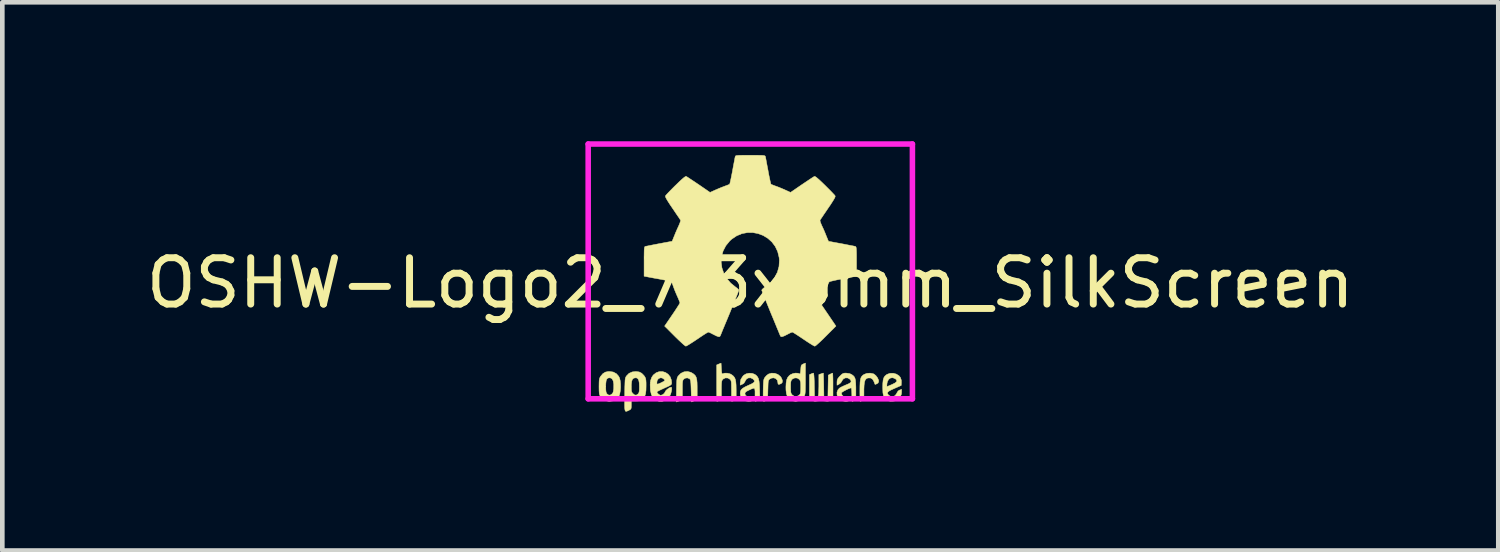
<source format=kicad_pcb>
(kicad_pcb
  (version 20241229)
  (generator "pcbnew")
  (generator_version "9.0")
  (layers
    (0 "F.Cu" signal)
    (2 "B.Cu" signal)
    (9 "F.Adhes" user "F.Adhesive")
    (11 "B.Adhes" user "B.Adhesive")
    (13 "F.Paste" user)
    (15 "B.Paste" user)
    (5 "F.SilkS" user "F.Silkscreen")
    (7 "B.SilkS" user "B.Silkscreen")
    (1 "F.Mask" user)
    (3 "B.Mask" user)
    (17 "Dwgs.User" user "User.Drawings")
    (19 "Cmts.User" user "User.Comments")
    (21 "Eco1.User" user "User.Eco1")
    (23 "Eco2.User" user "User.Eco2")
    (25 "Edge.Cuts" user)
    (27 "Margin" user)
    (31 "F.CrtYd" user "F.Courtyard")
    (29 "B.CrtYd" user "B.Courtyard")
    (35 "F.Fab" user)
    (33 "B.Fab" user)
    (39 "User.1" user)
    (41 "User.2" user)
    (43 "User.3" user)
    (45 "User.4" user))
  (footprint "OSHW-Logo2_7.3x6mm_SilkScreen"
    (layer "F.Cu")
    (at 13.149 3.06)
    (property "Reference" "OSHW-Logo2_7.3x6mm_SilkScreen" (at 0 0 0) (layer "F.SilkS") (effects (font (size 1 1) (thickness 0.15))))
    (attr exclude_from_pos_files exclude_from_bom)
    (fp_poly (pts (xy 2.653 1.959) (xy 2.67 1.966) (xy 2.711 1.999) (xy 2.747 2.047) (xy 2.769 2.097) (xy 2.772 2.122) (xy 2.76 2.157) (xy 2.734 2.175) (xy 2.706 2.187) (xy 2.693 2.189) (xy 2.687 2.174) (xy 2.674 2.141) (xy 2.669 2.127) (xy 2.639 2.076) (xy 2.595 2.05) (xy 2.538 2.051) (xy 2.534 2.052) (xy 2.504 2.067) (xy 2.481 2.094) (xy 2.466 2.139) (xy 2.457 2.205) (xy 2.453 2.294) (xy 2.453 2.341) (xy 2.453 2.416) (xy 2.452 2.467) (xy 2.448 2.499) (xy 2.442 2.518) (xy 2.432 2.529) (xy 2.417 2.537) (xy 2.416 2.538) (xy 2.387 2.55) (xy 2.372 2.555) (xy 2.37 2.541) (xy 2.368 2.503) (xy 2.367 2.446) (xy 2.366 2.374) (xy 2.366 2.322) (xy 2.367 2.22) (xy 2.37 2.143) (xy 2.377 2.086) (xy 2.389 2.045) (xy 2.407 2.014) (xy 2.432 1.99) (xy 2.457 1.973) (xy 2.517 1.951) (xy 2.587 1.946) (xy 2.653 1.959)) (stroke (width 0.01) (type solid)) (fill yes) (layer "F.SilkS"))
    (fp_poly (pts (xy -1.284 1.928) (xy -1.237 1.955) (xy -1.205 1.981) (xy -1.181 2.009) (xy -1.165 2.044) (xy -1.155 2.089) (xy -1.149 2.151) (xy -1.147 2.234) (xy -1.147 2.293) (xy -1.147 2.512) (xy -1.208 2.54) (xy -1.27 2.568) (xy -1.277 2.328) (xy -1.28 2.238) (xy -1.283 2.173) (xy -1.287 2.128) (xy -1.293 2.099) (xy -1.3 2.081) (xy -1.31 2.07) (xy -1.313 2.067) (xy -1.36 2.048) (xy -1.408 2.056) (xy -1.437 2.076) (xy -1.449 2.09) (xy -1.457 2.108) (xy -1.462 2.136) (xy -1.465 2.179) (xy -1.466 2.242) (xy -1.466 2.307) (xy -1.466 2.389) (xy -1.467 2.447) (xy -1.472 2.486) (xy -1.482 2.512) (xy -1.499 2.528) (xy -1.525 2.541) (xy -1.56 2.554) (xy -1.598 2.569) (xy -1.594 2.311) (xy -1.592 2.219) (xy -1.59 2.15) (xy -1.587 2.101) (xy -1.582 2.066) (xy -1.575 2.042) (xy -1.566 2.022) (xy -1.554 2.005) (xy -1.499 1.95) (xy -1.431 1.918) (xy -1.357 1.91) (xy -1.284 1.928)) (stroke (width 0.01) (type solid)) (fill yes) (layer "F.SilkS"))
    (fp_poly (pts (xy 0.53 1.95) (xy 0.596 1.974) (xy 0.649 2.017) (xy 0.67 2.047) (xy 0.693 2.103) (xy 0.692 2.143) (xy 0.669 2.17) (xy 0.66 2.175) (xy 0.622 2.189) (xy 0.602 2.185) (xy 0.595 2.161) (xy 0.595 2.148) (xy 0.583 2.099) (xy 0.551 2.065) (xy 0.508 2.048) (xy 0.459 2.053) (xy 0.419 2.074) (xy 0.405 2.087) (xy 0.396 2.101) (xy 0.389 2.124) (xy 0.385 2.159) (xy 0.383 2.212) (xy 0.381 2.288) (xy 0.38 2.312) (xy 0.378 2.394) (xy 0.376 2.451) (xy 0.372 2.49) (xy 0.367 2.513) (xy 0.359 2.526) (xy 0.347 2.535) (xy 0.339 2.538) (xy 0.307 2.55) (xy 0.288 2.555) (xy 0.282 2.541) (xy 0.278 2.5) (xy 0.277 2.431) (xy 0.278 2.334) (xy 0.278 2.319) (xy 0.28 2.23) (xy 0.283 2.165) (xy 0.286 2.119) (xy 0.292 2.087) (xy 0.3 2.064) (xy 0.311 2.044) (xy 0.317 2.035) (xy 0.35 1.998) (xy 0.388 1.969) (xy 0.392 1.966) (xy 0.459 1.946) (xy 0.53 1.95)) (stroke (width 0.01) (type solid)) (fill yes) (layer "F.SilkS"))
    (fp_poly (pts (xy -0.624 1.851) (xy -0.62 1.911) (xy -0.615 1.946) (xy -0.608 1.961) (xy -0.598 1.961) (xy -0.595 1.959) (xy -0.552 1.946) (xy -0.497 1.947) (xy -0.44 1.96) (xy -0.405 1.978) (xy -0.369 2.006) (xy -0.342 2.038) (xy -0.324 2.078) (xy -0.313 2.132) (xy -0.307 2.204) (xy -0.305 2.299) (xy -0.305 2.317) (xy -0.305 2.523) (xy -0.351 2.539) (xy -0.383 2.549) (xy -0.401 2.554) (xy -0.401 2.555) (xy -0.403 2.541) (xy -0.405 2.503) (xy -0.406 2.446) (xy -0.406 2.375) (xy -0.406 2.332) (xy -0.407 2.247) (xy -0.408 2.186) (xy -0.41 2.144) (xy -0.415 2.117) (xy -0.422 2.098) (xy -0.433 2.085) (xy -0.44 2.078) (xy -0.487 2.051) (xy -0.538 2.049) (xy -0.584 2.072) (xy -0.593 2.08) (xy -0.605 2.095) (xy -0.614 2.114) (xy -0.619 2.14) (xy -0.622 2.18) (xy -0.624 2.238) (xy -0.624 2.318) (xy -0.624 2.523) (xy -0.67 2.539) (xy -0.702 2.549) (xy -0.72 2.554) (xy -0.721 2.555) (xy -0.722 2.541) (xy -0.723 2.501) (xy -0.724 2.441) (xy -0.725 2.362) (xy -0.726 2.269) (xy -0.726 2.167) (xy -0.726 1.769) (xy -0.679 1.749) (xy -0.631 1.73) (xy -0.624 1.851)) (stroke (width 0.01) (type solid)) (fill yes) (layer "F.SilkS"))
    (fp_poly (pts (xy 1.78 1.959) (xy 1.782 1.997) (xy 1.784 2.055) (xy 1.785 2.128) (xy 1.785 2.205) (xy 1.785 2.465) (xy 1.739 2.511) (xy 1.708 2.539) (xy 1.68 2.551) (xy 1.642 2.55) (xy 1.627 2.548) (xy 1.58 2.543) (xy 1.541 2.54) (xy 1.531 2.54) (xy 1.499 2.541) (xy 1.453 2.546) (xy 1.436 2.548) (xy 1.392 2.552) (xy 1.363 2.544) (xy 1.334 2.521) (xy 1.323 2.511) (xy 1.277 2.465) (xy 1.277 1.979) (xy 1.314 1.962) (xy 1.346 1.949) (xy 1.365 1.945) (xy 1.369 1.959) (xy 1.374 1.997) (xy 1.378 2.056) (xy 1.381 2.132) (xy 1.382 2.195) (xy 1.386 2.446) (xy 1.421 2.451) (xy 1.452 2.447) (xy 1.468 2.436) (xy 1.472 2.415) (xy 1.476 2.371) (xy 1.478 2.309) (xy 1.48 2.235) (xy 1.48 2.197) (xy 1.48 1.977) (xy 1.526 1.961) (xy 1.559 1.95) (xy 1.576 1.945) (xy 1.577 1.945) (xy 1.578 1.959) (xy 1.58 1.997) (xy 1.582 2.054) (xy 1.584 2.127) (xy 1.585 2.195) (xy 1.589 2.446) (xy 1.676 2.446) (xy 1.68 2.217) (xy 1.684 1.989) (xy 1.727 1.967) (xy 1.758 1.952) (xy 1.777 1.945) (xy 1.777 1.945) (xy 1.78 1.959)) (stroke (width 0.01) (type solid)) (fill yes) (layer "F.SilkS"))
    (fp_poly (pts (xy -2.959 1.922) (xy -2.891 1.958) (xy -2.841 2.015) (xy -2.823 2.052) (xy -2.809 2.108) (xy -2.802 2.178) (xy -2.801 2.255) (xy -2.807 2.33) (xy -2.818 2.394) (xy -2.834 2.441) (xy -2.839 2.449) (xy -2.9 2.509) (xy -2.971 2.545) (xy -3.049 2.555) (xy -3.127 2.539) (xy -3.149 2.529) (xy -3.192 2.499) (xy -3.229 2.459) (xy -3.233 2.454) (xy -3.247 2.43) (xy -3.257 2.404) (xy -3.262 2.37) (xy -3.265 2.321) (xy -3.266 2.251) (xy -3.266 2.235) (xy -3.266 2.23) (xy -3.121 2.23) (xy -3.12 2.296) (xy -3.116 2.34) (xy -3.109 2.369) (xy -3.098 2.388) (xy -3.092 2.395) (xy -3.057 2.42) (xy -3.023 2.419) (xy -2.989 2.397) (xy -2.969 2.374) (xy -2.957 2.34) (xy -2.95 2.288) (xy -2.949 2.281) (xy -2.948 2.186) (xy -2.96 2.114) (xy -2.985 2.068) (xy -3.023 2.048) (xy -3.037 2.047) (xy -3.073 2.052) (xy -3.097 2.072) (xy -3.112 2.109) (xy -3.119 2.168) (xy -3.121 2.23) (xy -3.266 2.23) (xy -3.265 2.16) (xy -3.263 2.108) (xy -3.258 2.072) (xy -3.249 2.045) (xy -3.236 2.022) (xy -3.233 2.017) (xy -3.184 1.958) (xy -3.13 1.924) (xy -3.064 1.91) (xy -3.042 1.91) (xy -2.959 1.922)) (stroke (width 0.01) (type solid)) (fill yes) (layer "F.SilkS"))
    (fp_poly (pts (xy 3.154 1.967) (xy 3.211 2.004) (xy 3.239 2.038) (xy 3.261 2.099) (xy 3.262 2.147) (xy 3.258 2.212) (xy 3.11 2.277) (xy 3.037 2.31) (xy 2.99 2.337) (xy 2.966 2.36) (xy 2.961 2.383) (xy 2.975 2.407) (xy 2.99 2.424) (xy 3.034 2.45) (xy 3.081 2.452) (xy 3.125 2.432) (xy 3.157 2.391) (xy 3.163 2.376) (xy 3.191 2.331) (xy 3.222 2.312) (xy 3.266 2.296) (xy 3.266 2.358) (xy 3.262 2.4) (xy 3.247 2.436) (xy 3.215 2.477) (xy 3.211 2.482) (xy 3.176 2.519) (xy 3.145 2.538) (xy 3.108 2.547) (xy 3.076 2.55) (xy 3.02 2.551) (xy 2.981 2.542) (xy 2.956 2.528) (xy 2.917 2.497) (xy 2.89 2.465) (xy 2.873 2.423) (xy 2.863 2.368) (xy 2.86 2.291) (xy 2.859 2.253) (xy 2.86 2.206) (xy 2.948 2.206) (xy 2.949 2.231) (xy 2.952 2.235) (xy 2.968 2.23) (xy 3.004 2.215) (xy 3.052 2.194) (xy 3.062 2.19) (xy 3.123 2.159) (xy 3.157 2.132) (xy 3.164 2.106) (xy 3.146 2.08) (xy 3.132 2.069) (xy 3.079 2.046) (xy 3.03 2.05) (xy 2.989 2.078) (xy 2.961 2.127) (xy 2.952 2.166) (xy 2.948 2.206) (xy 2.86 2.206) (xy 2.861 2.162) (xy 2.868 2.095) (xy 2.882 2.047) (xy 2.904 2.011) (xy 2.937 1.983) (xy 2.951 1.973) (xy 3.015 1.95) (xy 3.085 1.948) (xy 3.154 1.967)) (stroke (width 0.01) (type solid)) (fill yes) (layer "F.SilkS"))
    (fp_poly (pts (xy 1.19 2.065) (xy 1.19 2.174) (xy 1.189 2.257) (xy 1.188 2.32) (xy 1.185 2.365) (xy 1.181 2.397) (xy 1.175 2.421) (xy 1.167 2.439) (xy 1.161 2.449) (xy 1.112 2.506) (xy 1.049 2.541) (xy 0.98 2.554) (xy 0.911 2.542) (xy 0.869 2.522) (xy 0.826 2.485) (xy 0.796 2.441) (xy 0.779 2.383) (xy 0.77 2.306) (xy 0.769 2.25) (xy 0.769 2.246) (xy 0.871 2.246) (xy 0.871 2.311) (xy 0.874 2.354) (xy 0.881 2.382) (xy 0.893 2.402) (xy 0.906 2.417) (xy 0.953 2.447) (xy 1.004 2.449) (xy 1.051 2.425) (xy 1.055 2.421) (xy 1.071 2.404) (xy 1.081 2.383) (xy 1.086 2.352) (xy 1.088 2.305) (xy 1.089 2.252) (xy 1.088 2.185) (xy 1.085 2.141) (xy 1.078 2.112) (xy 1.066 2.091) (xy 1.057 2.08) (xy 1.013 2.052) (xy 0.962 2.049) (xy 0.914 2.07) (xy 0.904 2.078) (xy 0.889 2.096) (xy 0.879 2.117) (xy 0.873 2.148) (xy 0.871 2.196) (xy 0.871 2.246) (xy 0.769 2.246) (xy 0.773 2.159) (xy 0.785 2.09) (xy 0.807 2.039) (xy 0.842 1.998) (xy 0.869 1.978) (xy 0.919 1.956) (xy 0.976 1.945) (xy 1.03 1.948) (xy 1.06 1.959) (xy 1.071 1.962) (xy 1.079 1.951) (xy 1.084 1.919) (xy 1.089 1.871) (xy 1.093 1.817) (xy 1.099 1.784) (xy 1.111 1.766) (xy 1.131 1.754) (xy 1.143 1.748) (xy 1.19 1.729) (xy 1.19 2.065)) (stroke (width 0.01) (type solid)) (fill yes) (layer "F.SilkS"))
    (fp_poly (pts (xy -1.832 1.931) (xy -1.774 1.97) (xy -1.73 2.025) (xy -1.704 2.096) (xy -1.698 2.148) (xy -1.699 2.17) (xy -1.704 2.187) (xy -1.718 2.201) (xy -1.745 2.218) (xy -1.79 2.239) (xy -1.857 2.269) (xy -1.858 2.27) (xy -1.92 2.298) (xy -1.97 2.323) (xy -2.005 2.342) (xy -2.017 2.353) (xy -2.017 2.353) (xy -2.006 2.376) (xy -1.98 2.402) (xy -1.949 2.42) (xy -1.934 2.424) (xy -1.891 2.411) (xy -1.855 2.379) (xy -1.837 2.345) (xy -1.82 2.319) (xy -1.787 2.29) (xy -1.748 2.264) (xy -1.713 2.25) (xy -1.706 2.25) (xy -1.698 2.262) (xy -1.697 2.294) (xy -1.703 2.337) (xy -1.715 2.383) (xy -1.73 2.423) (xy -1.731 2.424) (xy -1.777 2.489) (xy -1.837 2.533) (xy -1.906 2.555) (xy -1.976 2.552) (xy -2.044 2.524) (xy -2.047 2.522) (xy -2.101 2.473) (xy -2.136 2.41) (xy -2.155 2.327) (xy -2.158 2.304) (xy -2.162 2.194) (xy -2.157 2.143) (xy -2.017 2.143) (xy -2.016 2.175) (xy -2.006 2.184) (xy -1.981 2.177) (xy -1.942 2.161) (xy -1.899 2.14) (xy -1.898 2.139) (xy -1.861 2.12) (xy -1.846 2.107) (xy -1.85 2.093) (xy -1.865 2.076) (xy -1.904 2.05) (xy -1.946 2.048) (xy -1.984 2.067) (xy -2.01 2.103) (xy -2.017 2.143) (xy -2.157 2.143) (xy -2.153 2.106) (xy -2.128 2.036) (xy -2.095 1.987) (xy -2.033 1.938) (xy -1.966 1.913) (xy -1.897 1.912) (xy -1.832 1.931)) (stroke (width 0.01) (type solid)) (fill yes) (layer "F.SilkS"))
    (fp_poly (pts (xy 0.04 1.951) (xy 0.097 1.972) (xy 0.097 1.972) (xy 0.132 1.998) (xy 0.158 2.029) (xy 0.177 2.068) (xy 0.189 2.121) (xy 0.196 2.194) (xy 0.2 2.289) (xy 0.201 2.303) (xy 0.206 2.509) (xy 0.162 2.532) (xy 0.13 2.547) (xy 0.11 2.554) (xy 0.11 2.555) (xy 0.106 2.541) (xy 0.104 2.505) (xy 0.102 2.451) (xy 0.102 2.408) (xy 0.102 2.339) (xy 0.098 2.295) (xy 0.087 2.274) (xy 0.064 2.273) (xy 0.022 2.289) (xy -0.04 2.318) (xy -0.086 2.342) (xy -0.109 2.363) (xy -0.116 2.386) (xy -0.116 2.387) (xy -0.105 2.426) (xy -0.071 2.447) (xy -0.019 2.451) (xy 0.018 2.45) (xy 0.038 2.461) (xy 0.05 2.487) (xy 0.057 2.519) (xy 0.047 2.538) (xy 0.043 2.541) (xy 0.007 2.551) (xy -0.043 2.553) (xy -0.095 2.546) (xy -0.132 2.533) (xy -0.183 2.49) (xy -0.212 2.429) (xy -0.218 2.382) (xy -0.213 2.34) (xy -0.198 2.305) (xy -0.166 2.275) (xy -0.115 2.244) (xy -0.041 2.209) (xy -0.036 2.207) (xy 0.031 2.176) (xy 0.072 2.151) (xy 0.09 2.128) (xy 0.086 2.105) (xy 0.063 2.078) (xy 0.056 2.072) (xy 0.009 2.048) (xy -0.04 2.049) (xy -0.082 2.072) (xy -0.111 2.116) (xy -0.113 2.124) (xy -0.139 2.165) (xy -0.171 2.185) (xy -0.218 2.205) (xy -0.218 2.154) (xy -0.204 2.08) (xy -0.161 2.012) (xy -0.139 1.99) (xy -0.089 1.961) (xy -0.026 1.947) (xy 0.04 1.951)) (stroke (width 0.01) (type solid)) (fill yes) (layer "F.SilkS"))
    (fp_poly (pts (xy -2.4 1.92) (xy -2.345 1.948) (xy -2.296 1.998) (xy -2.282 2.017) (xy -2.268 2.042) (xy -2.258 2.069) (xy -2.253 2.105) (xy -2.25 2.156) (xy -2.25 2.224) (xy -2.252 2.318) (xy -2.261 2.388) (xy -2.277 2.44) (xy -2.303 2.48) (xy -2.34 2.513) (xy -2.342 2.515) (xy -2.379 2.535) (xy -2.422 2.545) (xy -2.478 2.547) (xy -2.569 2.547) (xy -2.569 2.635) (xy -2.57 2.684) (xy -2.575 2.713) (xy -2.588 2.73) (xy -2.614 2.745) (xy -2.62 2.748) (xy -2.649 2.762) (xy -2.672 2.77) (xy -2.688 2.771) (xy -2.7 2.761) (xy -2.707 2.737) (xy -2.712 2.696) (xy -2.713 2.636) (xy -2.713 2.553) (xy -2.712 2.445) (xy -2.711 2.413) (xy -2.71 2.302) (xy -2.709 2.229) (xy -2.569 2.229) (xy -2.568 2.29) (xy -2.565 2.331) (xy -2.557 2.358) (xy -2.543 2.378) (xy -2.533 2.388) (xy -2.495 2.418) (xy -2.46 2.42) (xy -2.425 2.396) (xy -2.424 2.395) (xy -2.409 2.376) (xy -2.401 2.351) (xy -2.396 2.312) (xy -2.395 2.252) (xy -2.395 2.238) (xy -2.398 2.156) (xy -2.409 2.099) (xy -2.429 2.064) (xy -2.458 2.048) (xy -2.476 2.047) (xy -2.516 2.054) (xy -2.544 2.078) (xy -2.561 2.123) (xy -2.568 2.191) (xy -2.569 2.229) (xy -2.709 2.229) (xy -2.708 2.215) (xy -2.706 2.15) (xy -2.704 2.103) (xy -2.7 2.069) (xy -2.694 2.045) (xy -2.687 2.028) (xy -2.677 2.012) (xy -2.673 2.006) (xy -2.619 1.951) (xy -2.55 1.92) (xy -2.47 1.911) (xy -2.4 1.92)) (stroke (width 0.01) (type solid)) (fill yes) (layer "F.SilkS"))
    (fp_poly (pts (xy 2.145 1.956) (xy 2.187 1.975) (xy 2.219 1.998) (xy 2.244 2.024) (xy 2.26 2.057) (xy 2.271 2.103) (xy 2.276 2.165) (xy 2.279 2.249) (xy 2.279 2.305) (xy 2.279 2.521) (xy 2.242 2.538) (xy 2.213 2.55) (xy 2.198 2.555) (xy 2.195 2.541) (xy 2.193 2.505) (xy 2.192 2.452) (xy 2.192 2.409) (xy 2.19 2.348) (xy 2.187 2.3) (xy 2.182 2.271) (xy 2.178 2.264) (xy 2.153 2.271) (xy 2.112 2.287) (xy 2.066 2.309) (xy 2.021 2.333) (xy 1.986 2.355) (xy 1.97 2.37) (xy 1.97 2.37) (xy 1.971 2.397) (xy 1.984 2.423) (xy 2.006 2.444) (xy 2.038 2.451) (xy 2.065 2.451) (xy 2.104 2.45) (xy 2.124 2.459) (xy 2.136 2.483) (xy 2.138 2.488) (xy 2.143 2.522) (xy 2.129 2.543) (xy 2.092 2.552) (xy 2.052 2.554) (xy 1.981 2.541) (xy 1.943 2.521) (xy 1.898 2.476) (xy 1.873 2.42) (xy 1.871 2.361) (xy 1.892 2.306) (xy 1.923 2.271) (xy 1.953 2.252) (xy 2.002 2.228) (xy 2.058 2.203) (xy 2.068 2.199) (xy 2.13 2.172) (xy 2.166 2.148) (xy 2.177 2.124) (xy 2.167 2.097) (xy 2.148 2.076) (xy 2.104 2.05) (xy 2.056 2.048) (xy 2.012 2.068) (xy 1.981 2.108) (xy 1.977 2.118) (xy 1.952 2.156) (xy 1.917 2.184) (xy 1.872 2.207) (xy 1.872 2.141) (xy 1.875 2.102) (xy 1.886 2.07) (xy 1.911 2.036) (xy 1.935 2.01) (xy 1.972 1.974) (xy 2.001 1.954) (xy 2.033 1.946) (xy 2.068 1.945) (xy 2.145 1.956)) (stroke (width 0.01) (type solid)) (fill yes) (layer "F.SilkS"))
    (fp_poly (pts (xy 0.104 -2.758) (xy 0.182 -2.757) (xy 0.239 -2.756) (xy 0.278 -2.754) (xy 0.303 -2.75) (xy 0.316 -2.744) (xy 0.323 -2.737) (xy 0.326 -2.726) (xy 0.327 -2.725) (xy 0.332 -2.701) (xy 0.341 -2.653) (xy 0.353 -2.587) (xy 0.368 -2.508) (xy 0.385 -2.42) (xy 0.385 -2.417) (xy 0.401 -2.331) (xy 0.417 -2.255) (xy 0.43 -2.194) (xy 0.44 -2.152) (xy 0.446 -2.133) (xy 0.447 -2.133) (xy 0.465 -2.124) (xy 0.502 -2.109) (xy 0.551 -2.091) (xy 0.552 -2.091) (xy 0.613 -2.068) (xy 0.686 -2.038) (xy 0.754 -2.008) (xy 0.757 -2.007) (xy 0.869 -1.956) (xy 1.115 -2.125) (xy 1.191 -2.176) (xy 1.26 -2.222) (xy 1.317 -2.26) (xy 1.359 -2.287) (xy 1.383 -2.301) (xy 1.385 -2.302) (xy 1.402 -2.298) (xy 1.434 -2.275) (xy 1.481 -2.235) (xy 1.546 -2.174) (xy 1.612 -2.11) (xy 1.676 -2.046) (xy 1.733 -1.989) (xy 1.78 -1.94) (xy 1.814 -1.904) (xy 1.83 -1.884) (xy 1.831 -1.883) (xy 1.833 -1.869) (xy 1.826 -1.847) (xy 1.809 -1.814) (xy 1.779 -1.765) (xy 1.737 -1.699) (xy 1.679 -1.614) (xy 1.629 -1.54) (xy 1.583 -1.473) (xy 1.546 -1.417) (xy 1.519 -1.378) (xy 1.506 -1.357) (xy 1.505 -1.356) (xy 1.507 -1.336) (xy 1.519 -1.298) (xy 1.54 -1.248) (xy 1.547 -1.232) (xy 1.58 -1.162) (xy 1.614 -1.082) (xy 1.642 -1.012) (xy 1.663 -0.961) (xy 1.679 -0.922) (xy 1.688 -0.901) (xy 1.689 -0.9) (xy 1.706 -0.897) (xy 1.746 -0.89) (xy 1.804 -0.879) (xy 1.875 -0.866) (xy 1.952 -0.852) (xy 2.032 -0.837) (xy 2.107 -0.822) (xy 2.174 -0.809) (xy 2.227 -0.799) (xy 2.26 -0.792) (xy 2.268 -0.79) (xy 2.276 -0.785) (xy 2.283 -0.774) (xy 2.287 -0.754) (xy 2.29 -0.72) (xy 2.292 -0.67) (xy 2.293 -0.599) (xy 2.293 -0.504) (xy 2.293 -0.465) (xy 2.293 -0.147) (xy 2.217 -0.132) (xy 2.175 -0.124) (xy 2.111 -0.112) (xy 2.035 -0.098) (xy 1.953 -0.083) (xy 1.93 -0.079) (xy 1.855 -0.064) (xy 1.789 -0.049) (xy 1.738 -0.037) (xy 1.709 -0.027) (xy 1.704 -0.024) (xy 1.691 -0.003) (xy 1.674 0.038) (xy 1.655 0.09) (xy 1.651 0.102) (xy 1.625 0.172) (xy 1.594 0.25) (xy 1.563 0.321) (xy 1.563 0.322) (xy 1.511 0.433) (xy 1.68 0.681) (xy 1.849 0.93) (xy 1.632 1.147) (xy 1.567 1.212) (xy 1.507 1.269) (xy 1.456 1.315) (xy 1.418 1.348) (xy 1.396 1.363) (xy 1.392 1.364) (xy 1.374 1.356) (xy 1.335 1.335) (xy 1.281 1.301) (xy 1.216 1.259) (xy 1.146 1.212) (xy 1.075 1.164) (xy 1.011 1.122) (xy 0.959 1.089) (xy 0.923 1.067) (xy 0.907 1.06) (xy 0.887 1.066) (xy 0.85 1.083) (xy 0.803 1.107) (xy 0.798 1.11) (xy 0.734 1.142) (xy 0.69 1.158) (xy 0.663 1.158) (xy 0.649 1.143) (xy 0.649 1.143) (xy 0.642 1.126) (xy 0.625 1.085) (xy 0.6 1.024) (xy 0.567 0.945) (xy 0.529 0.852) (xy 0.486 0.748) (xy 0.444 0.648) (xy 0.399 0.537) (xy 0.357 0.434) (xy 0.32 0.342) (xy 0.289 0.265) (xy 0.266 0.206) (xy 0.251 0.167) (xy 0.247 0.153) (xy 0.258 0.136) (xy 0.287 0.11) (xy 0.326 0.081) (xy 0.437 -0.011) (xy 0.523 -0.116) (xy 0.585 -0.233) (xy 0.62 -0.358) (xy 0.628 -0.49) (xy 0.622 -0.552) (xy 0.591 -0.678) (xy 0.538 -0.79) (xy 0.466 -0.886) (xy 0.378 -0.965) (xy 0.278 -1.026) (xy 0.168 -1.067) (xy 0.053 -1.089) (xy -0.065 -1.088) (xy -0.181 -1.066) (xy -0.294 -1.019) (xy -0.4 -0.948) (xy -0.444 -0.908) (xy -0.528 -0.805) (xy -0.587 -0.692) (xy -0.62 -0.573) (xy -0.629 -0.451) (xy -0.613 -0.329) (xy -0.573 -0.211) (xy -0.51 -0.1) (xy -0.423 0.002) (xy -0.326 0.081) (xy -0.286 0.111) (xy -0.257 0.137) (xy -0.247 0.153) (xy -0.252 0.17) (xy -0.267 0.21) (xy -0.291 0.272) (xy -0.323 0.35) (xy -0.36 0.443) (xy -0.403 0.546) (xy -0.444 0.648) (xy -0.49 0.759) (xy -0.533 0.862) (xy -0.571 0.953) (xy -0.603 1.03) (xy -0.627 1.09) (xy -0.643 1.129) (xy -0.649 1.143) (xy -0.663 1.158) (xy -0.69 1.158) (xy -0.734 1.142) (xy -0.797 1.11) (xy -0.798 1.11) (xy -0.845 1.085) (xy -0.884 1.067) (xy -0.906 1.06) (xy -0.907 1.06) (xy -0.923 1.067) (xy -0.96 1.089) (xy -1.012 1.122) (xy -1.075 1.164) (xy -1.146 1.212) (xy -1.218 1.26) (xy -1.283 1.302) (xy -1.336 1.335) (xy -1.374 1.357) (xy -1.392 1.364) (xy -1.409 1.354) (xy -1.443 1.327) (xy -1.49 1.284) (xy -1.547 1.231) (xy -1.612 1.168) (xy -1.633 1.147) (xy -1.85 0.93) (xy -1.684 0.687) (xy -1.634 0.613) (xy -1.59 0.546) (xy -1.555 0.491) (xy -1.53 0.451) (xy -1.519 0.43) (xy -1.519 0.429) (xy -1.525 0.409) (xy -1.54 0.37) (xy -1.562 0.317) (xy -1.578 0.282) (xy -1.607 0.215) (xy -1.635 0.147) (xy -1.656 0.09) (xy -1.662 0.073) (xy -1.679 0.026) (xy -1.695 -0.01) (xy -1.704 -0.024) (xy -1.723 -0.032) (xy -1.766 -0.044) (xy -1.826 -0.058) (xy -1.898 -0.073) (xy -1.93 -0.079) (xy -2.012 -0.094) (xy -2.091 -0.108) (xy -2.159 -0.121) (xy -2.208 -0.13) (xy -2.217 -0.132) (xy -2.293 -0.147) (xy -2.293 -0.465) (xy -2.293 -0.569) (xy -2.292 -0.648) (xy -2.291 -0.705) (xy -2.288 -0.744) (xy -2.284 -0.769) (xy -2.279 -0.782) (xy -2.271 -0.789) (xy -2.268 -0.79) (xy -2.249 -0.794) (xy -2.207 -0.802) (xy -2.148 -0.814) (xy -2.077 -0.828) (xy -1.999 -0.843) (xy -1.92 -0.858) (xy -1.845 -0.872) (xy -1.779 -0.884) (xy -1.727 -0.894) (xy -1.696 -0.899) (xy -1.689 -0.9) (xy -1.683 -0.912) (xy -1.669 -0.946) (xy -1.65 -0.994) (xy -1.642 -1.012) (xy -1.613 -1.085) (xy -1.578 -1.165) (xy -1.547 -1.232) (xy -1.525 -1.284) (xy -1.51 -1.326) (xy -1.504 -1.352) (xy -1.505 -1.356) (xy -1.516 -1.372) (xy -1.54 -1.409) (xy -1.576 -1.461) (xy -1.62 -1.526) (xy -1.67 -1.6) (xy -1.68 -1.614) (xy -1.738 -1.7) (xy -1.78 -1.766) (xy -1.809 -1.814) (xy -1.826 -1.847) (xy -1.833 -1.869) (xy -1.831 -1.883) (xy -1.831 -1.883) (xy -1.816 -1.901) (xy -1.785 -1.935) (xy -1.739 -1.983) (xy -1.683 -2.04) (xy -1.62 -2.103) (xy -1.612 -2.11) (xy -1.533 -2.187) (xy -1.471 -2.244) (xy -1.427 -2.281) (xy -1.398 -2.3) (xy -1.385 -2.302) (xy -1.367 -2.292) (xy -1.328 -2.267) (xy -1.274 -2.231) (xy -1.207 -2.187) (xy -1.133 -2.137) (xy -1.115 -2.125) (xy -0.869 -1.956) (xy -0.757 -2.007) (xy -0.69 -2.036) (xy -0.617 -2.066) (xy -0.554 -2.09) (xy -0.552 -2.091) (xy -0.503 -2.109) (xy -0.465 -2.124) (xy -0.447 -2.133) (xy -0.447 -2.133) (xy -0.441 -2.149) (xy -0.431 -2.19) (xy -0.418 -2.25) (xy -0.403 -2.325) (xy -0.386 -2.41) (xy -0.385 -2.417) (xy -0.369 -2.505) (xy -0.354 -2.585) (xy -0.341 -2.651) (xy -0.332 -2.7) (xy -0.327 -2.725) (xy -0.327 -2.725) (xy -0.323 -2.736) (xy -0.317 -2.744) (xy -0.305 -2.75) (xy -0.281 -2.753) (xy -0.244 -2.756) (xy -0.19 -2.757) (xy -0.114 -2.758) (xy -0.013 -2.758) (xy 0 -2.758) (xy 0.104 -2.758)) (stroke (width 0.01) (type solid)) (fill yes) (layer "F.SilkS"))
    (fp_line (start -3.5 -3) (end -3.5 2.5) (stroke (width 0.12) (type solid)) (layer "F.CrtYd"))
    (fp_line (start -3.5 2.5) (end 3.5 2.5) (stroke (width 0.12) (type solid)) (layer "F.CrtYd"))
    (fp_line (start 3.5 -3) (end -3.5 -3) (stroke (width 0.12) (type solid)) (layer "F.CrtYd"))
    (fp_line (start 3.5 2.5) (end 3.5 -3) (stroke (width 0.12) (type solid)) (layer "F.CrtYd")))
  (gr_rect
    (start -3 -3)
    (end 29.298 8.836)
    (stroke (width 0.1) (type default))
    (fill no)
    (layer "Edge.Cuts")))
</source>
